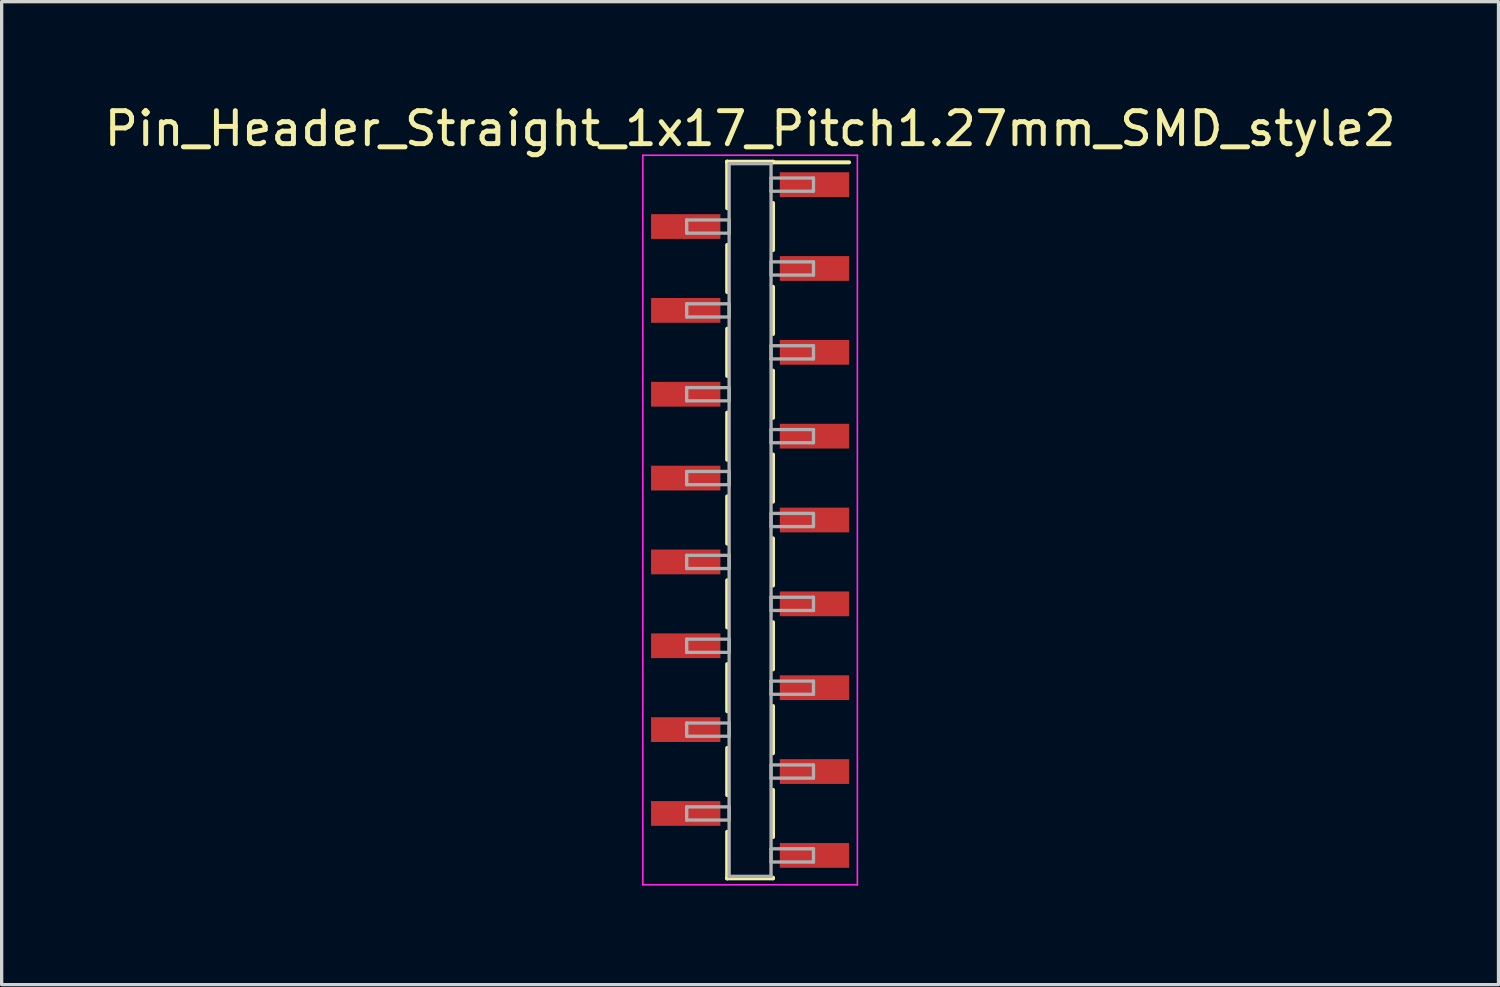
<source format=kicad_pcb>
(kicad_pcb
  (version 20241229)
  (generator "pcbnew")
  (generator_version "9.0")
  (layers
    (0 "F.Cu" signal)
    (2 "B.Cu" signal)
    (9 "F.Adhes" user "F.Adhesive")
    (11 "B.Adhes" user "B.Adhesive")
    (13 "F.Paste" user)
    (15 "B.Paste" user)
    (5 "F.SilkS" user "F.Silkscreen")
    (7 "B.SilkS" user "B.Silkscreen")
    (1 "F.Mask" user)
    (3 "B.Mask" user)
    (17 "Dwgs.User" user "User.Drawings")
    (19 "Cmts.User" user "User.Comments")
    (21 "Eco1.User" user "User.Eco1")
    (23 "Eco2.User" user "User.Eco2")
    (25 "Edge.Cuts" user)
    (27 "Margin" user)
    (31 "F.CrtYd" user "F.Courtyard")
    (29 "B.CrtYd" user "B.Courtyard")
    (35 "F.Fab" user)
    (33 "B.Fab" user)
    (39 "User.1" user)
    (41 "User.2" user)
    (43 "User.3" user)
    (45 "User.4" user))
  (footprint "Pin_Header_Straight_1x17_Pitch1.27mm_SMD_style2"
    (layer "F.Cu")
    (at 19.673 12.703)
    (property "Reference" "Pin_Header_Straight_1x17_Pitch1.27mm_SMD_style2" (at 0 -11.855 0) (layer "F.SilkS") (effects (font (size 1 1) (thickness 0.15))))
    (attr smd)
    (fp_line (start -0.695 -10.855) (end -0.695 -9.445) (stroke (width 0.12) (type solid)) (layer "F.SilkS"))
    (fp_line (start -0.695 -10.855) (end 0.695 -10.855) (stroke (width 0.12) (type solid)) (layer "F.SilkS"))
    (fp_line (start -0.695 -10.835) (end -0.695 -10.855) (stroke (width 0.12) (type solid)) (layer "F.SilkS"))
    (fp_line (start -0.695 -8.335) (end -0.695 -6.905) (stroke (width 0.12) (type solid)) (layer "F.SilkS"))
    (fp_line (start -0.695 -5.795) (end -0.695 -4.365) (stroke (width 0.12) (type solid)) (layer "F.SilkS"))
    (fp_line (start -0.695 -3.255) (end -0.695 -1.825) (stroke (width 0.12) (type solid)) (layer "F.SilkS"))
    (fp_line (start -0.695 -0.715) (end -0.695 0.715) (stroke (width 0.12) (type solid)) (layer "F.SilkS"))
    (fp_line (start -0.695 1.825) (end -0.695 3.255) (stroke (width 0.12) (type solid)) (layer "F.SilkS"))
    (fp_line (start -0.695 4.365) (end -0.695 5.795) (stroke (width 0.12) (type solid)) (layer "F.SilkS"))
    (fp_line (start -0.695 6.905) (end -0.695 8.335) (stroke (width 0.12) (type solid)) (layer "F.SilkS"))
    (fp_line (start -0.695 9.445) (end -0.695 10.855) (stroke (width 0.12) (type solid)) (layer "F.SilkS"))
    (fp_line (start -0.695 10.835) (end -0.695 10.855) (stroke (width 0.12) (type solid)) (layer "F.SilkS"))
    (fp_line (start -0.695 10.855) (end 0.695 10.855) (stroke (width 0.12) (type solid)) (layer "F.SilkS"))
    (fp_line (start 0.695 -10.855) (end 0.695 -10.835) (stroke (width 0.12) (type solid)) (layer "F.SilkS"))
    (fp_line (start 0.695 -10.835) (end 3 -10.835) (stroke (width 0.12) (type solid)) (layer "F.SilkS"))
    (fp_line (start 0.695 -9.605) (end 0.695 -8.175) (stroke (width 0.12) (type solid)) (layer "F.SilkS"))
    (fp_line (start 0.695 -7.065) (end 0.695 -5.635) (stroke (width 0.12) (type solid)) (layer "F.SilkS"))
    (fp_line (start 0.695 -4.525) (end 0.695 -3.095) (stroke (width 0.12) (type solid)) (layer "F.SilkS"))
    (fp_line (start 0.695 -1.985) (end 0.695 -0.555) (stroke (width 0.12) (type solid)) (layer "F.SilkS"))
    (fp_line (start 0.695 0.555) (end 0.695 1.985) (stroke (width 0.12) (type solid)) (layer "F.SilkS"))
    (fp_line (start 0.695 3.095) (end 0.695 4.525) (stroke (width 0.12) (type solid)) (layer "F.SilkS"))
    (fp_line (start 0.695 5.635) (end 0.695 7.065) (stroke (width 0.12) (type solid)) (layer "F.SilkS"))
    (fp_line (start 0.695 8.175) (end 0.695 9.605) (stroke (width 0.12) (type solid)) (layer "F.SilkS"))
    (fp_line (start 0.695 10.855) (end 0.695 10.835) (stroke (width 0.12) (type solid)) (layer "F.SilkS"))
    (fp_line (start -3.25 -11.05) (end -3.25 11.05) (stroke (width 0.05) (type solid)) (layer "F.CrtYd"))
    (fp_line (start -3.25 11.05) (end 3.25 11.05) (stroke (width 0.05) (type solid)) (layer "F.CrtYd"))
    (fp_line (start 3.25 -11.05) (end -3.25 -11.05) (stroke (width 0.05) (type solid)) (layer "F.CrtYd"))
    (fp_line (start 3.25 11.05) (end 3.25 -11.05) (stroke (width 0.05) (type solid)) (layer "F.CrtYd"))
    (fp_line (start -1.92 -9.09) (end -0.635 -9.09) (stroke (width 0.1) (type solid)) (layer "F.Fab"))
    (fp_line (start -1.92 -8.69) (end -1.92 -9.09) (stroke (width 0.1) (type solid)) (layer "F.Fab"))
    (fp_line (start -1.92 -6.55) (end -0.635 -6.55) (stroke (width 0.1) (type solid)) (layer "F.Fab"))
    (fp_line (start -1.92 -6.15) (end -1.92 -6.55) (stroke (width 0.1) (type solid)) (layer "F.Fab"))
    (fp_line (start -1.92 -4.01) (end -0.635 -4.01) (stroke (width 0.1) (type solid)) (layer "F.Fab"))
    (fp_line (start -1.92 -3.61) (end -1.92 -4.01) (stroke (width 0.1) (type solid)) (layer "F.Fab"))
    (fp_line (start -1.92 -1.47) (end -0.635 -1.47) (stroke (width 0.1) (type solid)) (layer "F.Fab"))
    (fp_line (start -1.92 -1.07) (end -1.92 -1.47) (stroke (width 0.1) (type solid)) (layer "F.Fab"))
    (fp_line (start -1.92 1.07) (end -0.635 1.07) (stroke (width 0.1) (type solid)) (layer "F.Fab"))
    (fp_line (start -1.92 1.47) (end -1.92 1.07) (stroke (width 0.1) (type solid)) (layer "F.Fab"))
    (fp_line (start -1.92 3.61) (end -0.635 3.61) (stroke (width 0.1) (type solid)) (layer "F.Fab"))
    (fp_line (start -1.92 4.01) (end -1.92 3.61) (stroke (width 0.1) (type solid)) (layer "F.Fab"))
    (fp_line (start -1.92 6.15) (end -0.635 6.15) (stroke (width 0.1) (type solid)) (layer "F.Fab"))
    (fp_line (start -1.92 6.55) (end -1.92 6.15) (stroke (width 0.1) (type solid)) (layer "F.Fab"))
    (fp_line (start -1.92 8.69) (end -0.635 8.69) (stroke (width 0.1) (type solid)) (layer "F.Fab"))
    (fp_line (start -1.92 9.09) (end -1.92 8.69) (stroke (width 0.1) (type solid)) (layer "F.Fab"))
    (fp_line (start -0.635 -10.795) (end -0.635 10.795) (stroke (width 0.1) (type solid)) (layer "F.Fab"))
    (fp_line (start -0.635 -9.09) (end -0.635 -8.69) (stroke (width 0.1) (type solid)) (layer "F.Fab"))
    (fp_line (start -0.635 -8.69) (end -1.92 -8.69) (stroke (width 0.1) (type solid)) (layer "F.Fab"))
    (fp_line (start -0.635 -6.55) (end -0.635 -6.15) (stroke (width 0.1) (type solid)) (layer "F.Fab"))
    (fp_line (start -0.635 -6.15) (end -1.92 -6.15) (stroke (width 0.1) (type solid)) (layer "F.Fab"))
    (fp_line (start -0.635 -4.01) (end -0.635 -3.61) (stroke (width 0.1) (type solid)) (layer "F.Fab"))
    (fp_line (start -0.635 -3.61) (end -1.92 -3.61) (stroke (width 0.1) (type solid)) (layer "F.Fab"))
    (fp_line (start -0.635 -1.47) (end -0.635 -1.07) (stroke (width 0.1) (type solid)) (layer "F.Fab"))
    (fp_line (start -0.635 -1.07) (end -1.92 -1.07) (stroke (width 0.1) (type solid)) (layer "F.Fab"))
    (fp_line (start -0.635 1.07) (end -0.635 1.47) (stroke (width 0.1) (type solid)) (layer "F.Fab"))
    (fp_line (start -0.635 1.47) (end -1.92 1.47) (stroke (width 0.1) (type solid)) (layer "F.Fab"))
    (fp_line (start -0.635 3.61) (end -0.635 4.01) (stroke (width 0.1) (type solid)) (layer "F.Fab"))
    (fp_line (start -0.635 4.01) (end -1.92 4.01) (stroke (width 0.1) (type solid)) (layer "F.Fab"))
    (fp_line (start -0.635 6.15) (end -0.635 6.55) (stroke (width 0.1) (type solid)) (layer "F.Fab"))
    (fp_line (start -0.635 6.55) (end -1.92 6.55) (stroke (width 0.1) (type solid)) (layer "F.Fab"))
    (fp_line (start -0.635 8.69) (end -0.635 9.09) (stroke (width 0.1) (type solid)) (layer "F.Fab"))
    (fp_line (start -0.635 9.09) (end -1.92 9.09) (stroke (width 0.1) (type solid)) (layer "F.Fab"))
    (fp_line (start -0.635 10.795) (end 0.635 10.795) (stroke (width 0.1) (type solid)) (layer "F.Fab"))
    (fp_line (start 0.635 -10.795) (end -0.635 -10.795) (stroke (width 0.1) (type solid)) (layer "F.Fab"))
    (fp_line (start 0.635 -10.36) (end 0.635 -9.96) (stroke (width 0.1) (type solid)) (layer "F.Fab"))
    (fp_line (start 0.635 -9.96) (end 1.92 -9.96) (stroke (width 0.1) (type solid)) (layer "F.Fab"))
    (fp_line (start 0.635 -7.82) (end 0.635 -7.42) (stroke (width 0.1) (type solid)) (layer "F.Fab"))
    (fp_line (start 0.635 -7.42) (end 1.92 -7.42) (stroke (width 0.1) (type solid)) (layer "F.Fab"))
    (fp_line (start 0.635 -5.28) (end 0.635 -4.88) (stroke (width 0.1) (type solid)) (layer "F.Fab"))
    (fp_line (start 0.635 -4.88) (end 1.92 -4.88) (stroke (width 0.1) (type solid)) (layer "F.Fab"))
    (fp_line (start 0.635 -2.74) (end 0.635 -2.34) (stroke (width 0.1) (type solid)) (layer "F.Fab"))
    (fp_line (start 0.635 -2.34) (end 1.92 -2.34) (stroke (width 0.1) (type solid)) (layer "F.Fab"))
    (fp_line (start 0.635 -0.2) (end 0.635 0.2) (stroke (width 0.1) (type solid)) (layer "F.Fab"))
    (fp_line (start 0.635 0.2) (end 1.92 0.2) (stroke (width 0.1) (type solid)) (layer "F.Fab"))
    (fp_line (start 0.635 2.34) (end 0.635 2.74) (stroke (width 0.1) (type solid)) (layer "F.Fab"))
    (fp_line (start 0.635 2.74) (end 1.92 2.74) (stroke (width 0.1) (type solid)) (layer "F.Fab"))
    (fp_line (start 0.635 4.88) (end 0.635 5.28) (stroke (width 0.1) (type solid)) (layer "F.Fab"))
    (fp_line (start 0.635 5.28) (end 1.92 5.28) (stroke (width 0.1) (type solid)) (layer "F.Fab"))
    (fp_line (start 0.635 7.42) (end 0.635 7.82) (stroke (width 0.1) (type solid)) (layer "F.Fab"))
    (fp_line (start 0.635 7.82) (end 1.92 7.82) (stroke (width 0.1) (type solid)) (layer "F.Fab"))
    (fp_line (start 0.635 9.96) (end 0.635 10.36) (stroke (width 0.1) (type solid)) (layer "F.Fab"))
    (fp_line (start 0.635 10.36) (end 1.92 10.36) (stroke (width 0.1) (type solid)) (layer "F.Fab"))
    (fp_line (start 0.635 10.795) (end 0.635 -10.795) (stroke (width 0.1) (type solid)) (layer "F.Fab"))
    (fp_line (start 1.92 -10.36) (end 0.635 -10.36) (stroke (width 0.1) (type solid)) (layer "F.Fab"))
    (fp_line (start 1.92 -9.96) (end 1.92 -10.36) (stroke (width 0.1) (type solid)) (layer "F.Fab"))
    (fp_line (start 1.92 -7.82) (end 0.635 -7.82) (stroke (width 0.1) (type solid)) (layer "F.Fab"))
    (fp_line (start 1.92 -7.42) (end 1.92 -7.82) (stroke (width 0.1) (type solid)) (layer "F.Fab"))
    (fp_line (start 1.92 -5.28) (end 0.635 -5.28) (stroke (width 0.1) (type solid)) (layer "F.Fab"))
    (fp_line (start 1.92 -4.88) (end 1.92 -5.28) (stroke (width 0.1) (type solid)) (layer "F.Fab"))
    (fp_line (start 1.92 -2.74) (end 0.635 -2.74) (stroke (width 0.1) (type solid)) (layer "F.Fab"))
    (fp_line (start 1.92 -2.34) (end 1.92 -2.74) (stroke (width 0.1) (type solid)) (layer "F.Fab"))
    (fp_line (start 1.92 -0.2) (end 0.635 -0.2) (stroke (width 0.1) (type solid)) (layer "F.Fab"))
    (fp_line (start 1.92 0.2) (end 1.92 -0.2) (stroke (width 0.1) (type solid)) (layer "F.Fab"))
    (fp_line (start 1.92 2.34) (end 0.635 2.34) (stroke (width 0.1) (type solid)) (layer "F.Fab"))
    (fp_line (start 1.92 2.74) (end 1.92 2.34) (stroke (width 0.1) (type solid)) (layer "F.Fab"))
    (fp_line (start 1.92 4.88) (end 0.635 4.88) (stroke (width 0.1) (type solid)) (layer "F.Fab"))
    (fp_line (start 1.92 5.28) (end 1.92 4.88) (stroke (width 0.1) (type solid)) (layer "F.Fab"))
    (fp_line (start 1.92 7.42) (end 0.635 7.42) (stroke (width 0.1) (type solid)) (layer "F.Fab"))
    (fp_line (start 1.92 7.82) (end 1.92 7.42) (stroke (width 0.1) (type solid)) (layer "F.Fab"))
    (fp_line (start 1.92 9.96) (end 0.635 9.96) (stroke (width 0.1) (type solid)) (layer "F.Fab"))
    (fp_line (start 1.92 10.36) (end 1.92 9.96) (stroke (width 0.1) (type solid)) (layer "F.Fab"))
    (pad "1" smd rect (at 1.95 -10.16) (size 2.1 0.75) (layers "F.Cu" "F.Mask"))
    (pad "2" smd rect (at -1.95 -8.89) (size 2.1 0.75) (layers "F.Cu" "F.Mask"))
    (pad "3" smd rect (at 1.95 -7.62) (size 2.1 0.75) (layers "F.Cu" "F.Mask"))
    (pad "4" smd rect (at -1.95 -6.35) (size 2.1 0.75) (layers "F.Cu" "F.Mask"))
    (pad "5" smd rect (at 1.95 -5.08) (size 2.1 0.75) (layers "F.Cu" "F.Mask"))
    (pad "6" smd rect (at -1.95 -3.81) (size 2.1 0.75) (layers "F.Cu" "F.Mask"))
    (pad "7" smd rect (at 1.95 -2.54) (size 2.1 0.75) (layers "F.Cu" "F.Mask"))
    (pad "8" smd rect (at -1.95 -1.27) (size 2.1 0.75) (layers "F.Cu" "F.Mask"))
    (pad "9" smd rect (at 1.95 0) (size 2.1 0.75) (layers "F.Cu" "F.Mask"))
    (pad "10" smd rect (at -1.95 1.27) (size 2.1 0.75) (layers "F.Cu" "F.Mask"))
    (pad "11" smd rect (at 1.95 2.54) (size 2.1 0.75) (layers "F.Cu" "F.Mask"))
    (pad "12" smd rect (at -1.95 3.81) (size 2.1 0.75) (layers "F.Cu" "F.Mask"))
    (pad "13" smd rect (at 1.95 5.08) (size 2.1 0.75) (layers "F.Cu" "F.Mask"))
    (pad "14" smd rect (at -1.95 6.35) (size 2.1 0.75) (layers "F.Cu" "F.Mask"))
    (pad "15" smd rect (at 1.95 7.62) (size 2.1 0.75) (layers "F.Cu" "F.Mask"))
    (pad "16" smd rect (at -1.95 8.89) (size 2.1 0.75) (layers "F.Cu" "F.Mask"))
    (pad "17" smd rect (at 1.95 10.16) (size 2.1 0.75) (layers "F.Cu" "F.Mask")))
  (gr_rect
    (start -3 -3)
    (end 42.345 26.778)
    (stroke (width 0.1) (type default))
    (fill no)
    (layer "Edge.Cuts")))
</source>
